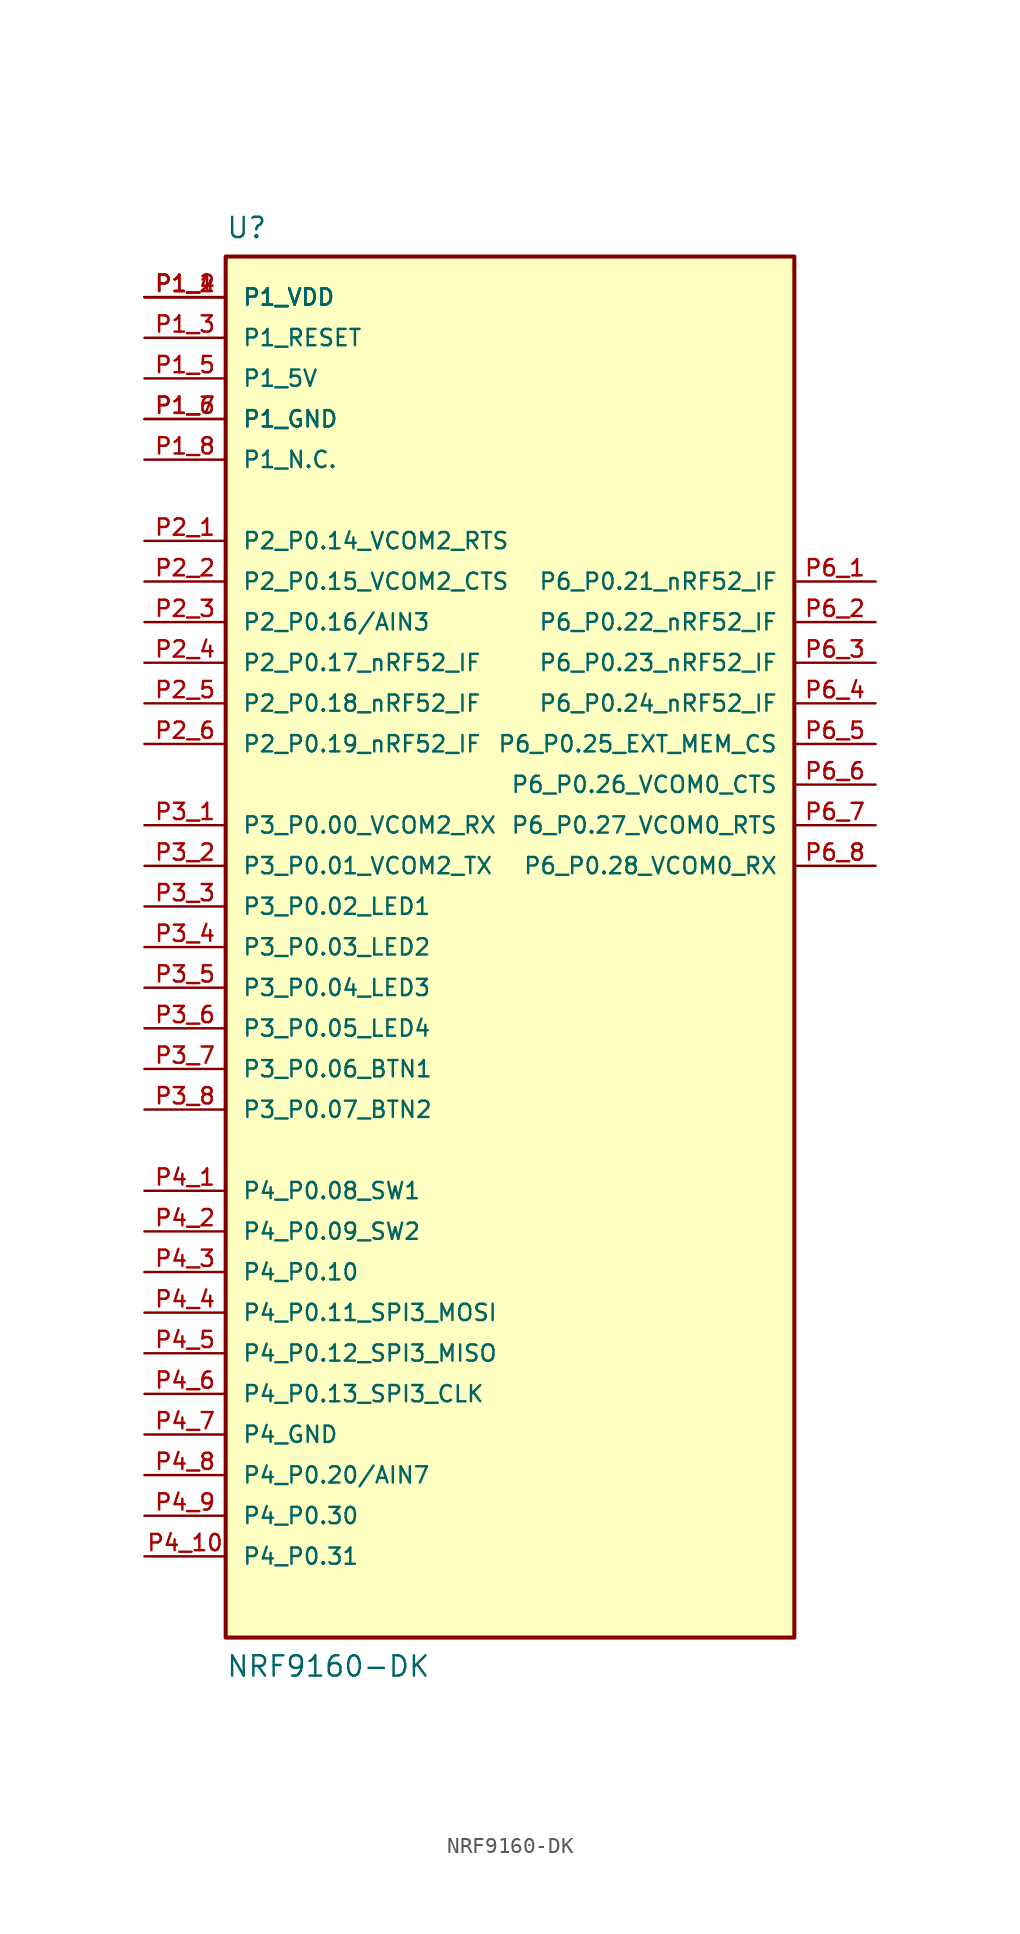
<source format=kicad_sym>
(kicad_symbol_lib
  (version 20220914)
  (generator kicad_symbol_editor)
  (symbol "NRF9160-DK"
    (pin_names
      (offset 1.016))
    (property "Reference" "U"
      (at -17.78 45.72 0)
      (effects (font (size 1.27 1.27)) (justify left top)))
    (property "Value" "NRF9160-DK"
      (at -17.78 -45.72 0)
      (effects (font (size 1.27 1.27)) (justify left bottom)))
    (symbol "NRF9160-DK_0_0"
      (rectangle (start -17.78 43.18) (end 17.78 -43.18) (stroke (width 0.254) (type default)) (fill (type background)))
      (pin power_in line (at -22.86 40.64 0) (length 5.08) (name "P1_VDD" (effects (font (size 1.016 1.016)))) (number "P1_1" (effects (font (size 1.016 1.016)))))
      (pin power_in line (at -22.86 40.64 0) (length 5.08) (name "P1_VDD" (effects (font (size 1.016 1.016)))) (number "P1_2" (effects (font (size 1.016 1.016)))))
      (pin bidirectional line (at -22.86 38.1 0) (length 5.08) (name "P1_RESET" (effects (font (size 1.016 1.016)))) (number "P1_3" (effects (font (size 1.016 1.016)))))
      (pin power_in line (at -22.86 40.64 0) (length 5.08) (name "P1_VDD" (effects (font (size 1.016 1.016)))) (number "P1_4" (effects (font (size 1.016 1.016)))))
      (pin power_in line (at -22.86 35.56 0) (length 5.08) (name "P1_5V" (effects (font (size 1.016 1.016)))) (number "P1_5" (effects (font (size 1.016 1.016)))))
      (pin power_in line (at -22.86 33.02 0) (length 5.08) (name "P1_GND" (effects (font (size 1.016 1.016)))) (number "P1_6" (effects (font (size 1.016 1.016)))))
      (pin power_in line (at -22.86 33.02 0) (length 5.08) (name "P1_GND" (effects (font (size 1.016 1.016)))) (number "P1_7" (effects (font (size 1.016 1.016)))))
      (pin passive line (at -22.86 30.48 0) (length 5.08) (name "P1_N.C." (effects (font (size 1.016 1.016)))) (number "P1_8" (effects (font (size 1.016 1.016)))))
      (pin bidirectional line (at -22.86 -38.1 0) (length 5.08) (name "P4_P0.31" (effects (font (size 1.016 1.016)))) (number "P4_10" (effects (font (size 1.016 1.016)))))
      (pin bidirectional line (at -22.86 -20.32 0) (length 5.08) (name "P4_P0.10" (effects (font (size 1.016 1.016)))) (number "P4_3" (effects (font (size 1.016 1.016)))))
      (pin power_in line (at -22.86 -30.48 0) (length 5.08) (name "P4_GND" (effects (font (size 1.016 1.016)))) (number "P4_7" (effects (font (size 1.016 1.016)))))
      (pin bidirectional line (at -22.86 -35.56 0) (length 5.08) (name "P4_P0.30" (effects (font (size 1.016 1.016)))) (number "P4_9" (effects (font (size 1.016 1.016))))))
    (symbol "NRF9160-DK_1_0"
      (pin bidirectional line (at -22.86 25.4 0) (length 5.08) (name "P2_P0.14_VCOM2_RTS" (effects (font (size 1.016 1.016)))) (number "P2_1" (effects (font (size 1.016 1.016)))))
      (pin bidirectional line (at -22.86 22.86 0) (length 5.08) (name "P2_P0.15_VCOM2_CTS" (effects (font (size 1.016 1.016)))) (number "P2_2" (effects (font (size 1.016 1.016)))))
      (pin bidirectional line (at -22.86 20.32 0) (length 5.08) (name "P2_P0.16/AIN3" (effects (font (size 1.016 1.016)))) (number "P2_3" (effects (font (size 1.016 1.016)))))
      (pin bidirectional line (at -22.86 17.78 0) (length 5.08) (name "P2_P0.17_nRF52_IF" (effects (font (size 1.016 1.016)))) (number "P2_4" (effects (font (size 1.016 1.016)))))
      (pin bidirectional line (at -22.86 15.24 0) (length 5.08) (name "P2_P0.18_nRF52_IF" (effects (font (size 1.016 1.016)))) (number "P2_5" (effects (font (size 1.016 1.016)))))
      (pin bidirectional line (at -22.86 12.7 0) (length 5.08) (name "P2_P0.19_nRF52_IF" (effects (font (size 1.016 1.016)))) (number "P2_6" (effects (font (size 1.016 1.016)))))
      (pin bidirectional line (at -22.86 7.62 0) (length 5.08) (name "P3_P0.00_VCOM2_RX" (effects (font (size 1.016 1.016)))) (number "P3_1" (effects (font (size 1.016 1.016)))))
      (pin bidirectional line (at -22.86 5.08 0) (length 5.08) (name "P3_P0.01_VCOM2_TX" (effects (font (size 1.016 1.016)))) (number "P3_2" (effects (font (size 1.016 1.016)))))
      (pin bidirectional line (at -22.86 2.54 0) (length 5.08) (name "P3_P0.02_LED1" (effects (font (size 1.016 1.016)))) (number "P3_3" (effects (font (size 1.016 1.016)))))
      (pin bidirectional line (at -22.86 0 0) (length 5.08) (name "P3_P0.03_LED2" (effects (font (size 1.016 1.016)))) (number "P3_4" (effects (font (size 1.016 1.016)))))
      (pin bidirectional line (at -22.86 -2.54 0) (length 5.08) (name "P3_P0.04_LED3" (effects (font (size 1.016 1.016)))) (number "P3_5" (effects (font (size 1.016 1.016)))))
      (pin bidirectional line (at -22.86 -5.08 0) (length 5.08) (name "P3_P0.05_LED4" (effects (font (size 1.016 1.016)))) (number "P3_6" (effects (font (size 1.016 1.016)))))
      (pin bidirectional line (at -22.86 -7.62 0) (length 5.08) (name "P3_P0.06_BTN1" (effects (font (size 1.016 1.016)))) (number "P3_7" (effects (font (size 1.016 1.016)))))
      (pin bidirectional line (at -22.86 -10.16 0) (length 5.08) (name "P3_P0.07_BTN2" (effects (font (size 1.016 1.016)))) (number "P3_8" (effects (font (size 1.016 1.016)))))
      (pin bidirectional line (at -22.86 -15.24 0) (length 5.08) (name "P4_P0.08_SW1" (effects (font (size 1.016 1.016)))) (number "P4_1" (effects (font (size 1.016 1.016)))))
      (pin bidirectional line (at -22.86 -17.78 0) (length 5.08) (name "P4_P0.09_SW2" (effects (font (size 1.016 1.016)))) (number "P4_2" (effects (font (size 1.016 1.016)))))
      (pin bidirectional line (at -22.86 -22.86 0) (length 5.08) (name "P4_P0.11_SPI3_MOSI" (effects (font (size 1.016 1.016)))) (number "P4_4" (effects (font (size 1.016 1.016)))))
      (pin bidirectional line (at -22.86 -25.4 0) (length 5.08) (name "P4_P0.12_SPI3_MISO" (effects (font (size 1.016 1.016)))) (number "P4_5" (effects (font (size 1.016 1.016)))))
      (pin bidirectional line (at -22.86 -27.94 0) (length 5.08) (name "P4_P0.13_SPI3_CLK" (effects (font (size 1.016 1.016)))) (number "P4_6" (effects (font (size 1.016 1.016)))))
      (pin bidirectional line (at -22.86 -33.02 0) (length 5.08) (name "P4_P0.20/AIN7" (effects (font (size 1.016 1.016)))) (number "P4_8" (effects (font (size 1.016 1.016)))))
      (pin bidirectional line (at 22.86 22.86 180) (length 5.08) (name "P6_P0.21_nRF52_IF" (effects (font (size 1.016 1.016)))) (number "P6_1" (effects (font (size 1.016 1.016)))))
      (pin bidirectional line (at 22.86 20.32 180) (length 5.08) (name "P6_P0.22_nRF52_IF" (effects (font (size 1.016 1.016)))) (number "P6_2" (effects (font (size 1.016 1.016)))))
      (pin bidirectional line (at 22.86 17.78 180) (length 5.08) (name "P6_P0.23_nRF52_IF" (effects (font (size 1.016 1.016)))) (number "P6_3" (effects (font (size 1.016 1.016)))))
      (pin bidirectional line (at 22.86 15.24 180) (length 5.08) (name "P6_P0.24_nRF52_IF" (effects (font (size 1.016 1.016)))) (number "P6_4" (effects (font (size 1.016 1.016)))))
      (pin bidirectional line (at 22.86 12.7 180) (length 5.08) (name "P6_P0.25_EXT_MEM_CS" (effects (font (size 1.016 1.016)))) (number "P6_5" (effects (font (size 1.016 1.016)))))
      (pin bidirectional line (at 22.86 10.16 180) (length 5.08) (name "P6_P0.26_VCOM0_CTS" (effects (font (size 1.016 1.016)))) (number "P6_6" (effects (font (size 1.016 1.016)))))
      (pin bidirectional line (at 22.86 7.62 180) (length 5.08) (name "P6_P0.27_VCOM0_RTS" (effects (font (size 1.016 1.016)))) (number "P6_7" (effects (font (size 1.016 1.016)))))
      (pin bidirectional line (at 22.86 5.08 180) (length 5.08) (name "P6_P0.28_VCOM0_RX" (effects (font (size 1.016 1.016)))) (number "P6_8" (effects (font (size 1.016 1.016))))))))
</source>
